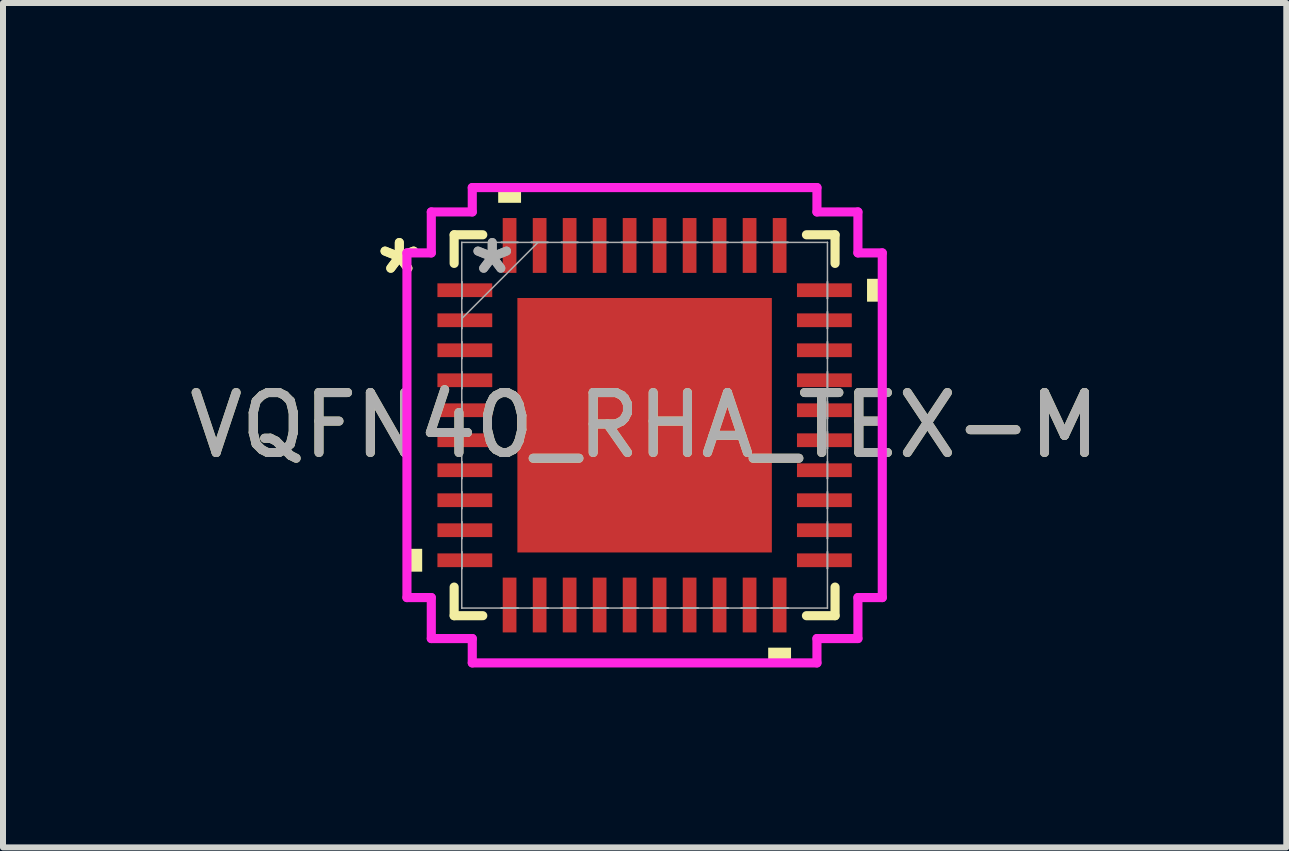
<source format=kicad_pcb>
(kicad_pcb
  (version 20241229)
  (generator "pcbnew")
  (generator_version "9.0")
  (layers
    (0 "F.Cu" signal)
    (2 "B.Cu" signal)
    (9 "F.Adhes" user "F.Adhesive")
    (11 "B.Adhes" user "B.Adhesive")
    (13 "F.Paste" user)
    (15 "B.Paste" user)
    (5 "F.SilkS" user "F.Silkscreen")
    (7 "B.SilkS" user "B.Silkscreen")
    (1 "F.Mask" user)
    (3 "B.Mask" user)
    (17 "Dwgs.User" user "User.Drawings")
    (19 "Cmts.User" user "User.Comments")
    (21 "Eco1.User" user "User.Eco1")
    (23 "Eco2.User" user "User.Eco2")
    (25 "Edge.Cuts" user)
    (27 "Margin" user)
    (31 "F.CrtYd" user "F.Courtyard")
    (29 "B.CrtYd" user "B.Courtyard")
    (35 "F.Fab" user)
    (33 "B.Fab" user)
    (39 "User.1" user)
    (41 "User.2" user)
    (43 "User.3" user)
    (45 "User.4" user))
  (footprint "VQFN40_RHA_TEX-M"
    (layer "F.Cu")
    (at 7.696 4.039)
    (property "Reference" "VQFN40_RHA_TEX-M" (at 0 0 0) (unlocked yes) (layer "F.SilkS") (effects (font (size 1 1) (thickness 0.15))))
    (attr smd)
    (fp_line (start -3.175 -3.175) (end -3.175 -2.698) (stroke (width 0.152) (type solid)) (layer "F.SilkS"))
    (fp_line (start -3.175 2.698) (end -3.175 3.175) (stroke (width 0.152) (type solid)) (layer "F.SilkS"))
    (fp_line (start -3.175 3.175) (end -2.698 3.175) (stroke (width 0.152) (type solid)) (layer "F.SilkS"))
    (fp_line (start -2.698 -3.175) (end -3.175 -3.175) (stroke (width 0.152) (type solid)) (layer "F.SilkS"))
    (fp_line (start 2.698 3.175) (end 3.175 3.175) (stroke (width 0.152) (type solid)) (layer "F.SilkS"))
    (fp_line (start 3.175 -3.175) (end 2.698 -3.175) (stroke (width 0.152) (type solid)) (layer "F.SilkS"))
    (fp_line (start 3.175 -2.698) (end 3.175 -3.175) (stroke (width 0.152) (type solid)) (layer "F.SilkS"))
    (fp_line (start 3.175 3.175) (end 3.175 2.698) (stroke (width 0.152) (type solid)) (layer "F.SilkS"))
    (fp_poly (pts (xy -3.962 2.06) (xy -3.962 2.441) (xy -3.708 2.441) (xy -3.708 2.06)) (stroke (width 0) (type solid)) (fill yes) (layer "F.SilkS"))
    (fp_poly (pts (xy -2.441 -3.708) (xy -2.441 -3.962) (xy -2.06 -3.962) (xy -2.06 -3.708)) (stroke (width 0) (type solid)) (fill yes) (layer "F.SilkS"))
    (fp_poly (pts (xy 2.06 3.708) (xy 2.06 3.962) (xy 2.441 3.962) (xy 2.441 3.708)) (stroke (width 0) (type solid)) (fill yes) (layer "F.SilkS"))
    (fp_poly (pts (xy 3.962 -2.441) (xy 3.962 -2.06) (xy 3.708 -2.06) (xy 3.708 -2.441)) (stroke (width 0) (type solid)) (fill yes) (layer "F.SilkS"))
    (fp_poly (pts (xy -2.021 -2.021) (xy -2.021 -0.807) (xy -0.807 -0.807) (xy -0.807 -2.021)) (stroke (width 0) (type solid)) (fill yes) (layer "F.Paste"))
    (fp_poly (pts (xy -2.021 -0.607) (xy -2.021 0.607) (xy -0.807 0.607) (xy -0.807 -0.607)) (stroke (width 0) (type solid)) (fill yes) (layer "F.Paste"))
    (fp_poly (pts (xy -2.021 0.807) (xy -2.021 2.021) (xy -0.807 2.021) (xy -0.807 0.807)) (stroke (width 0) (type solid)) (fill yes) (layer "F.Paste"))
    (fp_poly (pts (xy -0.607 -2.021) (xy -0.607 -0.807) (xy 0.607 -0.807) (xy 0.607 -2.021)) (stroke (width 0) (type solid)) (fill yes) (layer "F.Paste"))
    (fp_poly (pts (xy -0.607 -0.607) (xy -0.607 0.607) (xy 0.607 0.607) (xy 0.607 -0.607)) (stroke (width 0) (type solid)) (fill yes) (layer "F.Paste"))
    (fp_poly (pts (xy -0.607 0.807) (xy -0.607 2.021) (xy 0.607 2.021) (xy 0.607 0.807)) (stroke (width 0) (type solid)) (fill yes) (layer "F.Paste"))
    (fp_poly (pts (xy 0.807 -2.021) (xy 0.807 -0.807) (xy 2.021 -0.807) (xy 2.021 -2.021)) (stroke (width 0) (type solid)) (fill yes) (layer "F.Paste"))
    (fp_poly (pts (xy 0.807 -0.607) (xy 0.807 0.607) (xy 2.021 0.607) (xy 2.021 -0.607)) (stroke (width 0) (type solid)) (fill yes) (layer "F.Paste"))
    (fp_poly (pts (xy 0.807 0.807) (xy 0.807 2.021) (xy 2.021 2.021) (xy 2.021 0.807)) (stroke (width 0) (type solid)) (fill yes) (layer "F.Paste"))
    (fp_line (start -3.962 -2.873) (end -3.556 -2.873) (stroke (width 0.152) (type solid)) (layer "F.CrtYd"))
    (fp_line (start -3.962 2.873) (end -3.962 -2.873) (stroke (width 0.152) (type solid)) (layer "F.CrtYd"))
    (fp_line (start -3.556 -3.556) (end -2.873 -3.556) (stroke (width 0.152) (type solid)) (layer "F.CrtYd"))
    (fp_line (start -3.556 -2.873) (end -3.556 -3.556) (stroke (width 0.152) (type solid)) (layer "F.CrtYd"))
    (fp_line (start -3.556 2.873) (end -3.962 2.873) (stroke (width 0.152) (type solid)) (layer "F.CrtYd"))
    (fp_line (start -3.556 3.556) (end -3.556 2.873) (stroke (width 0.152) (type solid)) (layer "F.CrtYd"))
    (fp_line (start -2.873 -3.962) (end 2.873 -3.962) (stroke (width 0.152) (type solid)) (layer "F.CrtYd"))
    (fp_line (start -2.873 -3.556) (end -2.873 -3.962) (stroke (width 0.152) (type solid)) (layer "F.CrtYd"))
    (fp_line (start -2.873 3.556) (end -3.556 3.556) (stroke (width 0.152) (type solid)) (layer "F.CrtYd"))
    (fp_line (start -2.873 3.962) (end -2.873 3.556) (stroke (width 0.152) (type solid)) (layer "F.CrtYd"))
    (fp_line (start 2.873 -3.962) (end 2.873 -3.556) (stroke (width 0.152) (type solid)) (layer "F.CrtYd"))
    (fp_line (start 2.873 -3.556) (end 3.556 -3.556) (stroke (width 0.152) (type solid)) (layer "F.CrtYd"))
    (fp_line (start 2.873 3.556) (end 2.873 3.962) (stroke (width 0.152) (type solid)) (layer "F.CrtYd"))
    (fp_line (start 2.873 3.962) (end -2.873 3.962) (stroke (width 0.152) (type solid)) (layer "F.CrtYd"))
    (fp_line (start 3.556 -3.556) (end 3.556 -2.873) (stroke (width 0.152) (type solid)) (layer "F.CrtYd"))
    (fp_line (start 3.556 -2.873) (end 3.962 -2.873) (stroke (width 0.152) (type solid)) (layer "F.CrtYd"))
    (fp_line (start 3.556 2.873) (end 3.556 3.556) (stroke (width 0.152) (type solid)) (layer "F.CrtYd"))
    (fp_line (start 3.556 3.556) (end 2.873 3.556) (stroke (width 0.152) (type solid)) (layer "F.CrtYd"))
    (fp_line (start 3.962 -2.873) (end 3.962 2.873) (stroke (width 0.152) (type solid)) (layer "F.CrtYd"))
    (fp_line (start 3.962 2.873) (end 3.556 2.873) (stroke (width 0.152) (type solid)) (layer "F.CrtYd"))
    (fp_line (start -3.048 -3.048) (end -3.048 -3.048) (stroke (width 0.025) (type solid)) (layer "F.Fab"))
    (fp_line (start -3.048 -3.048) (end -3.048 3.048) (stroke (width 0.025) (type solid)) (layer "F.Fab"))
    (fp_line (start -3.048 -2.39) (end -3.048 -2.39) (stroke (width 0.025) (type solid)) (layer "F.Fab"))
    (fp_line (start -3.048 -2.39) (end -3.048 -2.111) (stroke (width 0.025) (type solid)) (layer "F.Fab"))
    (fp_line (start -3.048 -2.111) (end -3.048 -2.39) (stroke (width 0.025) (type solid)) (layer "F.Fab"))
    (fp_line (start -3.048 -2.111) (end -3.048 -2.111) (stroke (width 0.025) (type solid)) (layer "F.Fab"))
    (fp_line (start -3.048 -1.89) (end -3.048 -1.89) (stroke (width 0.025) (type solid)) (layer "F.Fab"))
    (fp_line (start -3.048 -1.89) (end -3.048 -1.611) (stroke (width 0.025) (type solid)) (layer "F.Fab"))
    (fp_line (start -3.048 -1.778) (end -1.778 -3.048) (stroke (width 0.025) (type solid)) (layer "F.Fab"))
    (fp_line (start -3.048 -1.611) (end -3.048 -1.89) (stroke (width 0.025) (type solid)) (layer "F.Fab"))
    (fp_line (start -3.048 -1.611) (end -3.048 -1.611) (stroke (width 0.025) (type solid)) (layer "F.Fab"))
    (fp_line (start -3.048 -1.39) (end -3.048 -1.39) (stroke (width 0.025) (type solid)) (layer "F.Fab"))
    (fp_line (start -3.048 -1.39) (end -3.048 -1.111) (stroke (width 0.025) (type solid)) (layer "F.Fab"))
    (fp_line (start -3.048 -1.111) (end -3.048 -1.39) (stroke (width 0.025) (type solid)) (layer "F.Fab"))
    (fp_line (start -3.048 -1.111) (end -3.048 -1.111) (stroke (width 0.025) (type solid)) (layer "F.Fab"))
    (fp_line (start -3.048 -0.89) (end -3.048 -0.89) (stroke (width 0.025) (type solid)) (layer "F.Fab"))
    (fp_line (start -3.048 -0.89) (end -3.048 -0.61) (stroke (width 0.025) (type solid)) (layer "F.Fab"))
    (fp_line (start -3.048 -0.61) (end -3.048 -0.89) (stroke (width 0.025) (type solid)) (layer "F.Fab"))
    (fp_line (start -3.048 -0.61) (end -3.048 -0.61) (stroke (width 0.025) (type solid)) (layer "F.Fab"))
    (fp_line (start -3.048 -0.39) (end -3.048 -0.39) (stroke (width 0.025) (type solid)) (layer "F.Fab"))
    (fp_line (start -3.048 -0.39) (end -3.048 -0.11) (stroke (width 0.025) (type solid)) (layer "F.Fab"))
    (fp_line (start -3.048 -0.11) (end -3.048 -0.39) (stroke (width 0.025) (type solid)) (layer "F.Fab"))
    (fp_line (start -3.048 -0.11) (end -3.048 -0.11) (stroke (width 0.025) (type solid)) (layer "F.Fab"))
    (fp_line (start -3.048 0.11) (end -3.048 0.11) (stroke (width 0.025) (type solid)) (layer "F.Fab"))
    (fp_line (start -3.048 0.11) (end -3.048 0.39) (stroke (width 0.025) (type solid)) (layer "F.Fab"))
    (fp_line (start -3.048 0.39) (end -3.048 0.11) (stroke (width 0.025) (type solid)) (layer "F.Fab"))
    (fp_line (start -3.048 0.39) (end -3.048 0.39) (stroke (width 0.025) (type solid)) (layer "F.Fab"))
    (fp_line (start -3.048 0.61) (end -3.048 0.61) (stroke (width 0.025) (type solid)) (layer "F.Fab"))
    (fp_line (start -3.048 0.61) (end -3.048 0.89) (stroke (width 0.025) (type solid)) (layer "F.Fab"))
    (fp_line (start -3.048 0.89) (end -3.048 0.61) (stroke (width 0.025) (type solid)) (layer "F.Fab"))
    (fp_line (start -3.048 0.89) (end -3.048 0.89) (stroke (width 0.025) (type solid)) (layer "F.Fab"))
    (fp_line (start -3.048 1.111) (end -3.048 1.111) (stroke (width 0.025) (type solid)) (layer "F.Fab"))
    (fp_line (start -3.048 1.111) (end -3.048 1.39) (stroke (width 0.025) (type solid)) (layer "F.Fab"))
    (fp_line (start -3.048 1.39) (end -3.048 1.111) (stroke (width 0.025) (type solid)) (layer "F.Fab"))
    (fp_line (start -3.048 1.39) (end -3.048 1.39) (stroke (width 0.025) (type solid)) (layer "F.Fab"))
    (fp_line (start -3.048 1.611) (end -3.048 1.611) (stroke (width 0.025) (type solid)) (layer "F.Fab"))
    (fp_line (start -3.048 1.611) (end -3.048 1.89) (stroke (width 0.025) (type solid)) (layer "F.Fab"))
    (fp_line (start -3.048 1.89) (end -3.048 1.611) (stroke (width 0.025) (type solid)) (layer "F.Fab"))
    (fp_line (start -3.048 1.89) (end -3.048 1.89) (stroke (width 0.025) (type solid)) (layer "F.Fab"))
    (fp_line (start -3.048 2.111) (end -3.048 2.111) (stroke (width 0.025) (type solid)) (layer "F.Fab"))
    (fp_line (start -3.048 2.111) (end -3.048 2.39) (stroke (width 0.025) (type solid)) (layer "F.Fab"))
    (fp_line (start -3.048 2.39) (end -3.048 2.111) (stroke (width 0.025) (type solid)) (layer "F.Fab"))
    (fp_line (start -3.048 2.39) (end -3.048 2.39) (stroke (width 0.025) (type solid)) (layer "F.Fab"))
    (fp_line (start -3.048 3.048) (end -3.048 3.048) (stroke (width 0.025) (type solid)) (layer "F.Fab"))
    (fp_line (start -3.048 3.048) (end 3.048 3.048) (stroke (width 0.025) (type solid)) (layer "F.Fab"))
    (fp_line (start -2.39 -3.048) (end -2.39 -3.048) (stroke (width 0.025) (type solid)) (layer "F.Fab"))
    (fp_line (start -2.39 -3.048) (end -2.111 -3.048) (stroke (width 0.025) (type solid)) (layer "F.Fab"))
    (fp_line (start -2.39 3.048) (end -2.39 3.048) (stroke (width 0.025) (type solid)) (layer "F.Fab"))
    (fp_line (start -2.39 3.048) (end -2.111 3.048) (stroke (width 0.025) (type solid)) (layer "F.Fab"))
    (fp_line (start -2.111 -3.048) (end -2.39 -3.048) (stroke (width 0.025) (type solid)) (layer "F.Fab"))
    (fp_line (start -2.111 -3.048) (end -2.111 -3.048) (stroke (width 0.025) (type solid)) (layer "F.Fab"))
    (fp_line (start -2.111 3.048) (end -2.39 3.048) (stroke (width 0.025) (type solid)) (layer "F.Fab"))
    (fp_line (start -2.111 3.048) (end -2.111 3.048) (stroke (width 0.025) (type solid)) (layer "F.Fab"))
    (fp_line (start -1.89 -3.048) (end -1.89 -3.048) (stroke (width 0.025) (type solid)) (layer "F.Fab"))
    (fp_line (start -1.89 -3.048) (end -1.611 -3.048) (stroke (width 0.025) (type solid)) (layer "F.Fab"))
    (fp_line (start -1.89 3.048) (end -1.89 3.048) (stroke (width 0.025) (type solid)) (layer "F.Fab"))
    (fp_line (start -1.89 3.048) (end -1.611 3.048) (stroke (width 0.025) (type solid)) (layer "F.Fab"))
    (fp_line (start -1.611 -3.048) (end -1.89 -3.048) (stroke (width 0.025) (type solid)) (layer "F.Fab"))
    (fp_line (start -1.611 -3.048) (end -1.611 -3.048) (stroke (width 0.025) (type solid)) (layer "F.Fab"))
    (fp_line (start -1.611 3.048) (end -1.89 3.048) (stroke (width 0.025) (type solid)) (layer "F.Fab"))
    (fp_line (start -1.611 3.048) (end -1.611 3.048) (stroke (width 0.025) (type solid)) (layer "F.Fab"))
    (fp_line (start -1.39 -3.048) (end -1.39 -3.048) (stroke (width 0.025) (type solid)) (layer "F.Fab"))
    (fp_line (start -1.39 -3.048) (end -1.111 -3.048) (stroke (width 0.025) (type solid)) (layer "F.Fab"))
    (fp_line (start -1.39 3.048) (end -1.39 3.048) (stroke (width 0.025) (type solid)) (layer "F.Fab"))
    (fp_line (start -1.39 3.048) (end -1.111 3.048) (stroke (width 0.025) (type solid)) (layer "F.Fab"))
    (fp_line (start -1.111 -3.048) (end -1.39 -3.048) (stroke (width 0.025) (type solid)) (layer "F.Fab"))
    (fp_line (start -1.111 -3.048) (end -1.111 -3.048) (stroke (width 0.025) (type solid)) (layer "F.Fab"))
    (fp_line (start -1.111 3.048) (end -1.39 3.048) (stroke (width 0.025) (type solid)) (layer "F.Fab"))
    (fp_line (start -1.111 3.048) (end -1.111 3.048) (stroke (width 0.025) (type solid)) (layer "F.Fab"))
    (fp_line (start -0.89 -3.048) (end -0.89 -3.048) (stroke (width 0.025) (type solid)) (layer "F.Fab"))
    (fp_line (start -0.89 -3.048) (end -0.61 -3.048) (stroke (width 0.025) (type solid)) (layer "F.Fab"))
    (fp_line (start -0.89 3.048) (end -0.89 3.048) (stroke (width 0.025) (type solid)) (layer "F.Fab"))
    (fp_line (start -0.89 3.048) (end -0.61 3.048) (stroke (width 0.025) (type solid)) (layer "F.Fab"))
    (fp_line (start -0.61 -3.048) (end -0.89 -3.048) (stroke (width 0.025) (type solid)) (layer "F.Fab"))
    (fp_line (start -0.61 -3.048) (end -0.61 -3.048) (stroke (width 0.025) (type solid)) (layer "F.Fab"))
    (fp_line (start -0.61 3.048) (end -0.89 3.048) (stroke (width 0.025) (type solid)) (layer "F.Fab"))
    (fp_line (start -0.61 3.048) (end -0.61 3.048) (stroke (width 0.025) (type solid)) (layer "F.Fab"))
    (fp_line (start -0.39 -3.048) (end -0.39 -3.048) (stroke (width 0.025) (type solid)) (layer "F.Fab"))
    (fp_line (start -0.39 -3.048) (end -0.11 -3.048) (stroke (width 0.025) (type solid)) (layer "F.Fab"))
    (fp_line (start -0.39 3.048) (end -0.39 3.048) (stroke (width 0.025) (type solid)) (layer "F.Fab"))
    (fp_line (start -0.39 3.048) (end -0.11 3.048) (stroke (width 0.025) (type solid)) (layer "F.Fab"))
    (fp_line (start -0.11 -3.048) (end -0.39 -3.048) (stroke (width 0.025) (type solid)) (layer "F.Fab"))
    (fp_line (start -0.11 -3.048) (end -0.11 -3.048) (stroke (width 0.025) (type solid)) (layer "F.Fab"))
    (fp_line (start -0.11 3.048) (end -0.39 3.048) (stroke (width 0.025) (type solid)) (layer "F.Fab"))
    (fp_line (start -0.11 3.048) (end -0.11 3.048) (stroke (width 0.025) (type solid)) (layer "F.Fab"))
    (fp_line (start 0.11 -3.048) (end 0.11 -3.048) (stroke (width 0.025) (type solid)) (layer "F.Fab"))
    (fp_line (start 0.11 -3.048) (end 0.39 -3.048) (stroke (width 0.025) (type solid)) (layer "F.Fab"))
    (fp_line (start 0.11 3.048) (end 0.11 3.048) (stroke (width 0.025) (type solid)) (layer "F.Fab"))
    (fp_line (start 0.11 3.048) (end 0.39 3.048) (stroke (width 0.025) (type solid)) (layer "F.Fab"))
    (fp_line (start 0.39 -3.048) (end 0.11 -3.048) (stroke (width 0.025) (type solid)) (layer "F.Fab"))
    (fp_line (start 0.39 -3.048) (end 0.39 -3.048) (stroke (width 0.025) (type solid)) (layer "F.Fab"))
    (fp_line (start 0.39 3.048) (end 0.11 3.048) (stroke (width 0.025) (type solid)) (layer "F.Fab"))
    (fp_line (start 0.39 3.048) (end 0.39 3.048) (stroke (width 0.025) (type solid)) (layer "F.Fab"))
    (fp_line (start 0.61 -3.048) (end 0.61 -3.048) (stroke (width 0.025) (type solid)) (layer "F.Fab"))
    (fp_line (start 0.61 -3.048) (end 0.89 -3.048) (stroke (width 0.025) (type solid)) (layer "F.Fab"))
    (fp_line (start 0.61 3.048) (end 0.61 3.048) (stroke (width 0.025) (type solid)) (layer "F.Fab"))
    (fp_line (start 0.61 3.048) (end 0.89 3.048) (stroke (width 0.025) (type solid)) (layer "F.Fab"))
    (fp_line (start 0.89 -3.048) (end 0.61 -3.048) (stroke (width 0.025) (type solid)) (layer "F.Fab"))
    (fp_line (start 0.89 -3.048) (end 0.89 -3.048) (stroke (width 0.025) (type solid)) (layer "F.Fab"))
    (fp_line (start 0.89 3.048) (end 0.61 3.048) (stroke (width 0.025) (type solid)) (layer "F.Fab"))
    (fp_line (start 0.89 3.048) (end 0.89 3.048) (stroke (width 0.025) (type solid)) (layer "F.Fab"))
    (fp_line (start 1.111 -3.048) (end 1.111 -3.048) (stroke (width 0.025) (type solid)) (layer "F.Fab"))
    (fp_line (start 1.111 -3.048) (end 1.39 -3.048) (stroke (width 0.025) (type solid)) (layer "F.Fab"))
    (fp_line (start 1.111 3.048) (end 1.111 3.048) (stroke (width 0.025) (type solid)) (layer "F.Fab"))
    (fp_line (start 1.111 3.048) (end 1.39 3.048) (stroke (width 0.025) (type solid)) (layer "F.Fab"))
    (fp_line (start 1.39 -3.048) (end 1.111 -3.048) (stroke (width 0.025) (type solid)) (layer "F.Fab"))
    (fp_line (start 1.39 -3.048) (end 1.39 -3.048) (stroke (width 0.025) (type solid)) (layer "F.Fab"))
    (fp_line (start 1.39 3.048) (end 1.111 3.048) (stroke (width 0.025) (type solid)) (layer "F.Fab"))
    (fp_line (start 1.39 3.048) (end 1.39 3.048) (stroke (width 0.025) (type solid)) (layer "F.Fab"))
    (fp_line (start 1.611 -3.048) (end 1.611 -3.048) (stroke (width 0.025) (type solid)) (layer "F.Fab"))
    (fp_line (start 1.611 -3.048) (end 1.89 -3.048) (stroke (width 0.025) (type solid)) (layer "F.Fab"))
    (fp_line (start 1.611 3.048) (end 1.611 3.048) (stroke (width 0.025) (type solid)) (layer "F.Fab"))
    (fp_line (start 1.611 3.048) (end 1.89 3.048) (stroke (width 0.025) (type solid)) (layer "F.Fab"))
    (fp_line (start 1.89 -3.048) (end 1.611 -3.048) (stroke (width 0.025) (type solid)) (layer "F.Fab"))
    (fp_line (start 1.89 -3.048) (end 1.89 -3.048) (stroke (width 0.025) (type solid)) (layer "F.Fab"))
    (fp_line (start 1.89 3.048) (end 1.611 3.048) (stroke (width 0.025) (type solid)) (layer "F.Fab"))
    (fp_line (start 1.89 3.048) (end 1.89 3.048) (stroke (width 0.025) (type solid)) (layer "F.Fab"))
    (fp_line (start 2.111 -3.048) (end 2.111 -3.048) (stroke (width 0.025) (type solid)) (layer "F.Fab"))
    (fp_line (start 2.111 -3.048) (end 2.39 -3.048) (stroke (width 0.025) (type solid)) (layer "F.Fab"))
    (fp_line (start 2.111 3.048) (end 2.111 3.048) (stroke (width 0.025) (type solid)) (layer "F.Fab"))
    (fp_line (start 2.111 3.048) (end 2.39 3.048) (stroke (width 0.025) (type solid)) (layer "F.Fab"))
    (fp_line (start 2.39 -3.048) (end 2.111 -3.048) (stroke (width 0.025) (type solid)) (layer "F.Fab"))
    (fp_line (start 2.39 -3.048) (end 2.39 -3.048) (stroke (width 0.025) (type solid)) (layer "F.Fab"))
    (fp_line (start 2.39 3.048) (end 2.111 3.048) (stroke (width 0.025) (type solid)) (layer "F.Fab"))
    (fp_line (start 2.39 3.048) (end 2.39 3.048) (stroke (width 0.025) (type solid)) (layer "F.Fab"))
    (fp_line (start 3.048 -3.048) (end -3.048 -3.048) (stroke (width 0.025) (type solid)) (layer "F.Fab"))
    (fp_line (start 3.048 -3.048) (end 3.048 -3.048) (stroke (width 0.025) (type solid)) (layer "F.Fab"))
    (fp_line (start 3.048 -2.39) (end 3.048 -2.39) (stroke (width 0.025) (type solid)) (layer "F.Fab"))
    (fp_line (start 3.048 -2.39) (end 3.048 -2.111) (stroke (width 0.025) (type solid)) (layer "F.Fab"))
    (fp_line (start 3.048 -2.111) (end 3.048 -2.39) (stroke (width 0.025) (type solid)) (layer "F.Fab"))
    (fp_line (start 3.048 -2.111) (end 3.048 -2.111) (stroke (width 0.025) (type solid)) (layer "F.Fab"))
    (fp_line (start 3.048 -1.89) (end 3.048 -1.89) (stroke (width 0.025) (type solid)) (layer "F.Fab"))
    (fp_line (start 3.048 -1.89) (end 3.048 -1.611) (stroke (width 0.025) (type solid)) (layer "F.Fab"))
    (fp_line (start 3.048 -1.611) (end 3.048 -1.89) (stroke (width 0.025) (type solid)) (layer "F.Fab"))
    (fp_line (start 3.048 -1.611) (end 3.048 -1.611) (stroke (width 0.025) (type solid)) (layer "F.Fab"))
    (fp_line (start 3.048 -1.39) (end 3.048 -1.39) (stroke (width 0.025) (type solid)) (layer "F.Fab"))
    (fp_line (start 3.048 -1.39) (end 3.048 -1.111) (stroke (width 0.025) (type solid)) (layer "F.Fab"))
    (fp_line (start 3.048 -1.111) (end 3.048 -1.39) (stroke (width 0.025) (type solid)) (layer "F.Fab"))
    (fp_line (start 3.048 -1.111) (end 3.048 -1.111) (stroke (width 0.025) (type solid)) (layer "F.Fab"))
    (fp_line (start 3.048 -0.89) (end 3.048 -0.89) (stroke (width 0.025) (type solid)) (layer "F.Fab"))
    (fp_line (start 3.048 -0.89) (end 3.048 -0.61) (stroke (width 0.025) (type solid)) (layer "F.Fab"))
    (fp_line (start 3.048 -0.61) (end 3.048 -0.89) (stroke (width 0.025) (type solid)) (layer "F.Fab"))
    (fp_line (start 3.048 -0.61) (end 3.048 -0.61) (stroke (width 0.025) (type solid)) (layer "F.Fab"))
    (fp_line (start 3.048 -0.39) (end 3.048 -0.39) (stroke (width 0.025) (type solid)) (layer "F.Fab"))
    (fp_line (start 3.048 -0.39) (end 3.048 -0.11) (stroke (width 0.025) (type solid)) (layer "F.Fab"))
    (fp_line (start 3.048 -0.11) (end 3.048 -0.39) (stroke (width 0.025) (type solid)) (layer "F.Fab"))
    (fp_line (start 3.048 -0.11) (end 3.048 -0.11) (stroke (width 0.025) (type solid)) (layer "F.Fab"))
    (fp_line (start 3.048 0.11) (end 3.048 0.11) (stroke (width 0.025) (type solid)) (layer "F.Fab"))
    (fp_line (start 3.048 0.11) (end 3.048 0.39) (stroke (width 0.025) (type solid)) (layer "F.Fab"))
    (fp_line (start 3.048 0.39) (end 3.048 0.11) (stroke (width 0.025) (type solid)) (layer "F.Fab"))
    (fp_line (start 3.048 0.39) (end 3.048 0.39) (stroke (width 0.025) (type solid)) (layer "F.Fab"))
    (fp_line (start 3.048 0.61) (end 3.048 0.61) (stroke (width 0.025) (type solid)) (layer "F.Fab"))
    (fp_line (start 3.048 0.61) (end 3.048 0.89) (stroke (width 0.025) (type solid)) (layer "F.Fab"))
    (fp_line (start 3.048 0.89) (end 3.048 0.61) (stroke (width 0.025) (type solid)) (layer "F.Fab"))
    (fp_line (start 3.048 0.89) (end 3.048 0.89) (stroke (width 0.025) (type solid)) (layer "F.Fab"))
    (fp_line (start 3.048 1.111) (end 3.048 1.111) (stroke (width 0.025) (type solid)) (layer "F.Fab"))
    (fp_line (start 3.048 1.111) (end 3.048 1.39) (stroke (width 0.025) (type solid)) (layer "F.Fab"))
    (fp_line (start 3.048 1.39) (end 3.048 1.111) (stroke (width 0.025) (type solid)) (layer "F.Fab"))
    (fp_line (start 3.048 1.39) (end 3.048 1.39) (stroke (width 0.025) (type solid)) (layer "F.Fab"))
    (fp_line (start 3.048 1.611) (end 3.048 1.611) (stroke (width 0.025) (type solid)) (layer "F.Fab"))
    (fp_line (start 3.048 1.611) (end 3.048 1.89) (stroke (width 0.025) (type solid)) (layer "F.Fab"))
    (fp_line (start 3.048 1.89) (end 3.048 1.611) (stroke (width 0.025) (type solid)) (layer "F.Fab"))
    (fp_line (start 3.048 1.89) (end 3.048 1.89) (stroke (width 0.025) (type solid)) (layer "F.Fab"))
    (fp_line (start 3.048 2.111) (end 3.048 2.111) (stroke (width 0.025) (type solid)) (layer "F.Fab"))
    (fp_line (start 3.048 2.111) (end 3.048 2.39) (stroke (width 0.025) (type solid)) (layer "F.Fab"))
    (fp_line (start 3.048 2.39) (end 3.048 2.111) (stroke (width 0.025) (type solid)) (layer "F.Fab"))
    (fp_line (start 3.048 2.39) (end 3.048 2.39) (stroke (width 0.025) (type solid)) (layer "F.Fab"))
    (fp_line (start 3.048 3.048) (end 3.048 -3.048) (stroke (width 0.025) (type solid)) (layer "F.Fab"))
    (fp_line (start 3.048 3.048) (end 3.048 3.048) (stroke (width 0.025) (type solid)) (layer "F.Fab"))
    (fp_text user "*" (at -4.089 -2.501 0) (unlocked yes) (layer "F.SilkS") (effects (font (size 1 1) (thickness 0.15))))
    (fp_text user "*" (at -4.089 -2.501 0) (layer "F.SilkS") (effects (font (size 1 1) (thickness 0.15))))
    (fp_text user "*" (at -2.54 -2.501 0) (unlocked yes) (layer "F.Fab") (effects (font (size 1 1) (thickness 0.15))))
    (fp_text user "${REFERENCE}" (at 0 0 0) (unlocked yes) (layer "F.Fab") (effects (font (size 1 1) (thickness 0.15))))
    (fp_text user "*" (at -2.54 -2.501 0) (layer "F.Fab") (effects (font (size 1 1) (thickness 0.15))))
    (pad "1" smd rect (at -2.997 -2.251 90) (size 0.229 0.914) (layers "F.Cu" "F.Mask" "F.Paste"))
    (pad "2" smd rect (at -2.997 -1.75 90) (size 0.229 0.914) (layers "F.Cu" "F.Mask" "F.Paste"))
    (pad "3" smd rect (at -2.997 -1.25 90) (size 0.229 0.914) (layers "F.Cu" "F.Mask" "F.Paste"))
    (pad "4" smd rect (at -2.997 -0.75 90) (size 0.229 0.914) (layers "F.Cu" "F.Mask" "F.Paste"))
    (pad "5" smd rect (at -2.997 -0.25 90) (size 0.229 0.914) (layers "F.Cu" "F.Mask" "F.Paste"))
    (pad "6" smd rect (at -2.997 0.25 90) (size 0.229 0.914) (layers "F.Cu" "F.Mask" "F.Paste"))
    (pad "7" smd rect (at -2.997 0.75 90) (size 0.229 0.914) (layers "F.Cu" "F.Mask" "F.Paste"))
    (pad "8" smd rect (at -2.997 1.25 90) (size 0.229 0.914) (layers "F.Cu" "F.Mask" "F.Paste"))
    (pad "9" smd rect (at -2.997 1.75 90) (size 0.229 0.914) (layers "F.Cu" "F.Mask" "F.Paste"))
    (pad "10" smd rect (at -2.997 2.251 90) (size 0.229 0.914) (layers "F.Cu" "F.Mask" "F.Paste"))
    (pad "11" smd rect (at -2.251 2.997) (size 0.229 0.914) (layers "F.Cu" "F.Mask" "F.Paste"))
    (pad "12" smd rect (at -1.75 2.997) (size 0.229 0.914) (layers "F.Cu" "F.Mask" "F.Paste"))
    (pad "13" smd rect (at -1.25 2.997) (size 0.229 0.914) (layers "F.Cu" "F.Mask" "F.Paste"))
    (pad "14" smd rect (at -0.75 2.997) (size 0.229 0.914) (layers "F.Cu" "F.Mask" "F.Paste"))
    (pad "15" smd rect (at -0.25 2.997) (size 0.229 0.914) (layers "F.Cu" "F.Mask" "F.Paste"))
    (pad "16" smd rect (at 0.25 2.997) (size 0.229 0.914) (layers "F.Cu" "F.Mask" "F.Paste"))
    (pad "17" smd rect (at 0.75 2.997) (size 0.229 0.914) (layers "F.Cu" "F.Mask" "F.Paste"))
    (pad "18" smd rect (at 1.25 2.997) (size 0.229 0.914) (layers "F.Cu" "F.Mask" "F.Paste"))
    (pad "19" smd rect (at 1.75 2.997) (size 0.229 0.914) (layers "F.Cu" "F.Mask" "F.Paste"))
    (pad "20" smd rect (at 2.251 2.997) (size 0.229 0.914) (layers "F.Cu" "F.Mask" "F.Paste"))
    (pad "21" smd rect (at 2.997 2.251 90) (size 0.229 0.914) (layers "F.Cu" "F.Mask" "F.Paste"))
    (pad "22" smd rect (at 2.997 1.75 90) (size 0.229 0.914) (layers "F.Cu" "F.Mask" "F.Paste"))
    (pad "23" smd rect (at 2.997 1.25 90) (size 0.229 0.914) (layers "F.Cu" "F.Mask" "F.Paste"))
    (pad "24" smd rect (at 2.997 0.75 90) (size 0.229 0.914) (layers "F.Cu" "F.Mask" "F.Paste"))
    (pad "25" smd rect (at 2.997 0.25 90) (size 0.229 0.914) (layers "F.Cu" "F.Mask" "F.Paste"))
    (pad "26" smd rect (at 2.997 -0.25 90) (size 0.229 0.914) (layers "F.Cu" "F.Mask" "F.Paste"))
    (pad "27" smd rect (at 2.997 -0.75 90) (size 0.229 0.914) (layers "F.Cu" "F.Mask" "F.Paste"))
    (pad "28" smd rect (at 2.997 -1.25 90) (size 0.229 0.914) (layers "F.Cu" "F.Mask" "F.Paste"))
    (pad "29" smd rect (at 2.997 -1.75 90) (size 0.229 0.914) (layers "F.Cu" "F.Mask" "F.Paste"))
    (pad "30" smd rect (at 2.997 -2.251 90) (size 0.229 0.914) (layers "F.Cu" "F.Mask" "F.Paste"))
    (pad "31" smd rect (at 2.251 -2.997) (size 0.229 0.914) (layers "F.Cu" "F.Mask" "F.Paste"))
    (pad "32" smd rect (at 1.75 -2.997) (size 0.229 0.914) (layers "F.Cu" "F.Mask" "F.Paste"))
    (pad "33" smd rect (at 1.25 -2.997) (size 0.229 0.914) (layers "F.Cu" "F.Mask" "F.Paste"))
    (pad "34" smd rect (at 0.75 -2.997) (size 0.229 0.914) (layers "F.Cu" "F.Mask" "F.Paste"))
    (pad "35" smd rect (at 0.25 -2.997) (size 0.229 0.914) (layers "F.Cu" "F.Mask" "F.Paste"))
    (pad "36" smd rect (at -0.25 -2.997) (size 0.229 0.914) (layers "F.Cu" "F.Mask" "F.Paste"))
    (pad "37" smd rect (at -0.75 -2.997) (size 0.229 0.914) (layers "F.Cu" "F.Mask" "F.Paste"))
    (pad "38" smd rect (at -1.25 -2.997) (size 0.229 0.914) (layers "F.Cu" "F.Mask" "F.Paste"))
    (pad "39" smd rect (at -1.75 -2.997) (size 0.229 0.914) (layers "F.Cu" "F.Mask" "F.Paste"))
    (pad "40" smd rect (at -2.251 -2.997) (size 0.229 0.914) (layers "F.Cu" "F.Mask" "F.Paste"))
    (pad "41" smd rect (at 0 0) (size 4.242 4.242) (layers "F.Cu" "F.Mask" "F.Paste")))
  (gr_rect
    (start -3 -3)
    (end 18.393 11.077)
    (stroke (width 0.1) (type default))
    (fill no)
    (layer "Edge.Cuts")))
</source>
